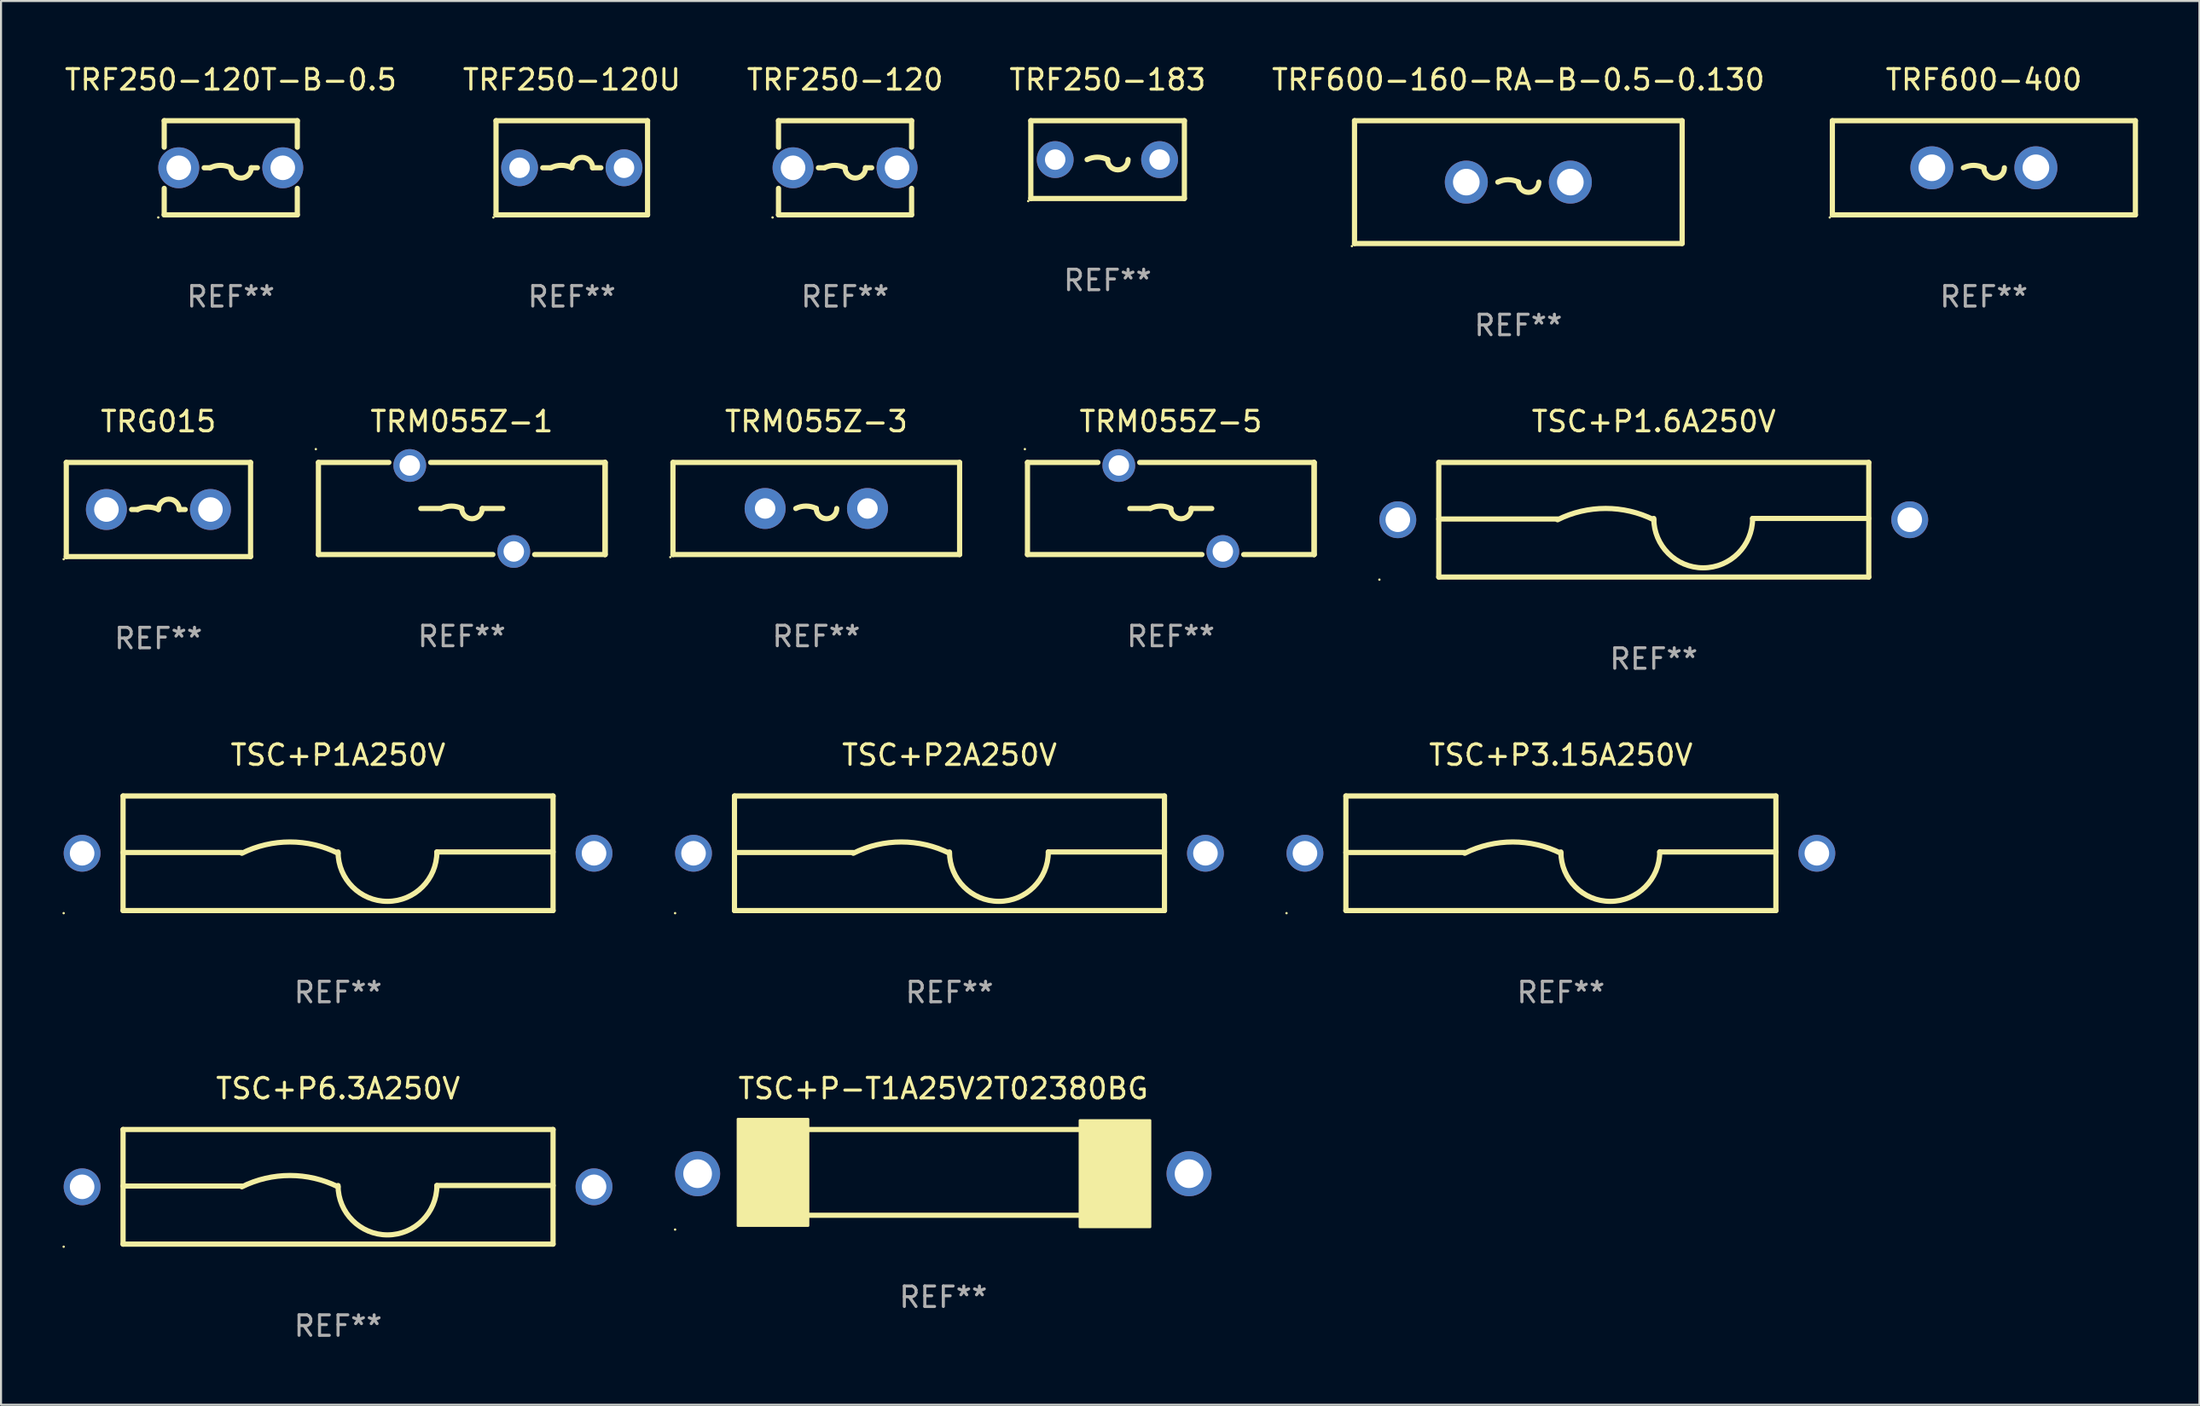
<source format=kicad_pcb>
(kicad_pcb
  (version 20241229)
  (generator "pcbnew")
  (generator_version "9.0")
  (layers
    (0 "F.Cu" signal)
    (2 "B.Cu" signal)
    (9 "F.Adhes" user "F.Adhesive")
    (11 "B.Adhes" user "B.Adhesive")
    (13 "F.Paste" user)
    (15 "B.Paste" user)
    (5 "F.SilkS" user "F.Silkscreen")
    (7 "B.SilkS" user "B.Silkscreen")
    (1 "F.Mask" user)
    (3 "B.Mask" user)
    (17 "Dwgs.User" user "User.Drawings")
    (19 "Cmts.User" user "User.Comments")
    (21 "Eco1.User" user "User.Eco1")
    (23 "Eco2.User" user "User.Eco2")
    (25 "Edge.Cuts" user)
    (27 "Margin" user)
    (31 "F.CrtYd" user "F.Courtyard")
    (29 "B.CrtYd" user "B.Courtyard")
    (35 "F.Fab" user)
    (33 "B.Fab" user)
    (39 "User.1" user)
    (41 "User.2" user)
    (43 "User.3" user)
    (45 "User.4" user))
  (footprint "TRF250-120U"
    (layer "F.Cu")
    (at 24.875 5.148)
    (property "Reference" "TRF250-120U" (at 0 -4.3 0) (layer "F.SilkS") (effects (font (size 1 1) (thickness 0.15))))
    (attr through_hole)
    (fp_line (start -3.7 -2.3) (end 3.7 -2.3) (stroke (width 0.254) (type solid)) (layer "F.SilkS"))
    (fp_line (start -3.7 2.3) (end -3.7 -2.3) (stroke (width 0.254) (type solid)) (layer "F.SilkS"))
    (fp_line (start -1.419 0) (end -1.016 0) (stroke (width 0.254) (type solid)) (layer "F.SilkS"))
    (fp_line (start 1.419 0) (end 1.016 0) (stroke (width 0.254) (type solid)) (layer "F.SilkS"))
    (fp_line (start 3.7 -2.3) (end 3.7 2.3) (stroke (width 0.254) (type solid)) (layer "F.SilkS"))
    (fp_line (start 3.7 2.3) (end -3.7 2.3) (stroke (width 0.254) (type solid)) (layer "F.SilkS"))
    (fp_arc (start -1.016002 0) (mid -0.508001 -0.119923) (end 0 0) (stroke (width 0.254001) (type solid)) (layer "F.SilkS"))
    (fp_arc (start 0 0) (mid 0.508001 -0.508001) (end 1.016002 0) (stroke (width 0.254001) (type solid)) (layer "F.SilkS"))
    (fp_circle (center -3.827 2.427) (end -3.797 2.427) (stroke (width 0.06) (type solid)) (fill no) (layer "F.SilkS"))
    (fp_text user "REF**" (at 0 6.3 0) (layer "F.Fab") (effects (font (size 1 1) (thickness 0.15))))
    (pad "1" thru_hole circle (at -2.55 0) (size 1.8 1.8) (drill 1) (layers "*.Cu" "*.Mask"))
    (pad "2" thru_hole circle (at 2.55 0) (size 1.8 1.8) (drill 1) (layers "*.Cu" "*.Mask")))
  (footprint "TSC+P1A250V"
    (layer "F.Cu")
    (at 13.46 38.641)
    (property "Reference" "TSC+P1A250V" (at 0 -4.8 0) (layer "F.SilkS") (effects (font (size 1 1) (thickness 0.15))))
    (attr through_hole)
    (fp_line (start -10.5 -2.8) (end 10.5 -2.8) (stroke (width 0.254) (type solid)) (layer "F.SilkS"))
    (fp_line (start -10.5 -0.037) (end -4.699 -0.037) (stroke (width 0.254) (type solid)) (layer "F.SilkS"))
    (fp_line (start -10.5 2.8) (end -10.5 -2.8) (stroke (width 0.254) (type solid)) (layer "F.SilkS"))
    (fp_line (start -10.5 2.8) (end 10.5 2.8) (stroke (width 0.254) (type solid)) (layer "F.SilkS"))
    (fp_line (start 4.826 -0.064) (end 10.5 -0.064) (stroke (width 0.254) (type solid)) (layer "F.SilkS"))
    (fp_line (start 10.5 2.8) (end 10.5 -2.8) (stroke (width 0.254) (type solid)) (layer "F.SilkS"))
    (fp_arc (start -4.699009 0) (mid -2.349505 -0.552287) (end 0 0) (stroke (width 0.254001) (type solid)) (layer "F.SilkS"))
    (fp_arc (start 4.82601 -0.063551) (mid 2.413005 2.349454) (end 0 -0.063551) (stroke (width 0.254001) (type solid)) (layer "F.SilkS"))
    (fp_circle (center -13.4 2.927) (end -13.37 2.927) (stroke (width 0.06) (type solid)) (fill no) (layer "F.SilkS"))
    (fp_text user "REF**" (at 0 6.8 0) (layer "F.Fab") (effects (font (size 1 1) (thickness 0.15))))
    (pad "1" thru_hole circle (at -12.5 0) (size 1.8 1.8) (drill 1.2) (layers "*.Cu" "*.Mask"))
    (pad "2" thru_hole circle (at 12.5 0) (size 1.8 1.8) (drill 1.2) (layers "*.Cu" "*.Mask")))
  (footprint "TSC+P6.3A250V"
    (layer "F.Cu")
    (at 13.46 54.938)
    (property "Reference" "TSC+P6.3A250V" (at 0 -4.8 0) (layer "F.SilkS") (effects (font (size 1 1) (thickness 0.15))))
    (attr through_hole)
    (fp_line (start -10.5 -2.8) (end 10.5 -2.8) (stroke (width 0.254) (type solid)) (layer "F.SilkS"))
    (fp_line (start -10.5 -0.037) (end -4.699 -0.037) (stroke (width 0.254) (type solid)) (layer "F.SilkS"))
    (fp_line (start -10.5 2.8) (end -10.5 -2.8) (stroke (width 0.254) (type solid)) (layer "F.SilkS"))
    (fp_line (start -10.5 2.8) (end 10.5 2.8) (stroke (width 0.254) (type solid)) (layer "F.SilkS"))
    (fp_line (start 4.826 -0.064) (end 10.5 -0.064) (stroke (width 0.254) (type solid)) (layer "F.SilkS"))
    (fp_line (start 10.5 2.8) (end 10.5 -2.8) (stroke (width 0.254) (type solid)) (layer "F.SilkS"))
    (fp_arc (start -4.699009 0) (mid -2.349505 -0.552287) (end 0 0) (stroke (width 0.254001) (type solid)) (layer "F.SilkS"))
    (fp_arc (start 4.82601 -0.063551) (mid 2.413005 2.349454) (end 0 -0.063551) (stroke (width 0.254001) (type solid)) (layer "F.SilkS"))
    (fp_circle (center -13.4 2.927) (end -13.37 2.927) (stroke (width 0.06) (type solid)) (fill no) (layer "F.SilkS"))
    (fp_text user "REF**" (at 0 6.8 0) (layer "F.Fab") (effects (font (size 1 1) (thickness 0.15))))
    (pad "1" thru_hole circle (at -12.5 0) (size 1.8 1.8) (drill 1.2) (layers "*.Cu" "*.Mask"))
    (pad "2" thru_hole circle (at 12.5 0) (size 1.8 1.8) (drill 1.2) (layers "*.Cu" "*.Mask")))
  (footprint "TRF250-120"
    (layer "F.Cu")
    (at 38.22 5.148)
    (property "Reference" "TRF250-120" (at 0 -4.3 0) (layer "F.SilkS") (effects (font (size 1 1) (thickness 0.15))))
    (attr through_hole)
    (fp_line (start -3.25 -2.3) (end -3.25 -1.005) (stroke (width 0.254) (type solid)) (layer "F.SilkS"))
    (fp_line (start -3.25 -2.3) (end 3.25 -2.3) (stroke (width 0.254) (type solid)) (layer "F.SilkS"))
    (fp_line (start -3.25 1.005) (end -3.25 2.3) (stroke (width 0.254) (type solid)) (layer "F.SilkS"))
    (fp_line (start -1 0) (end -1.3 0) (stroke (width 0.254) (type solid)) (layer "F.SilkS"))
    (fp_line (start 1 0) (end 1.3 0) (stroke (width 0.254) (type solid)) (layer "F.SilkS"))
    (fp_line (start 3.25 -2.3) (end 3.25 -1.005) (stroke (width 0.254) (type solid)) (layer "F.SilkS"))
    (fp_line (start 3.25 1.005) (end 3.25 2.3) (stroke (width 0.254) (type solid)) (layer "F.SilkS"))
    (fp_line (start 3.25 2.3) (end -3.25 2.3) (stroke (width 0.254) (type solid)) (layer "F.SilkS"))
    (fp_arc (start -1.000762 0) (mid -0.500381 -0.118151) (end 0 0) (stroke (width 0.254001) (type solid)) (layer "F.SilkS"))
    (fp_arc (start 1.000762 0) (mid 0.500381 0.500127) (end 0 0) (stroke (width 0.254001) (type solid)) (layer "F.SilkS"))
    (fp_circle (center -3.54 2.427) (end -3.51 2.427) (stroke (width 0.06) (type solid)) (fill no) (layer "F.SilkS"))
    (fp_text user "REF**" (at 0 6.3 0) (layer "F.Fab") (effects (font (size 1 1) (thickness 0.15))))
    (pad "1" thru_hole circle (at -2.54 0) (size 2 2) (drill 1.2) (layers "*.Cu" "*.Mask"))
    (pad "2" thru_hole circle (at 2.54 0) (size 2 2) (drill 1.2) (layers "*.Cu" "*.Mask")))
  (footprint "TRF250-120T-B-0.5"
    (layer "F.Cu")
    (at 8.22 5.148)
    (property "Reference" "TRF250-120T-B-0.5" (at 0 -4.3 0) (layer "F.SilkS") (effects (font (size 1 1) (thickness 0.15))))
    (attr through_hole)
    (fp_line (start -3.25 -2.3) (end -3.25 -1.005) (stroke (width 0.254) (type solid)) (layer "F.SilkS"))
    (fp_line (start -3.25 -2.3) (end 3.25 -2.3) (stroke (width 0.254) (type solid)) (layer "F.SilkS"))
    (fp_line (start -3.25 1.005) (end -3.25 2.3) (stroke (width 0.254) (type solid)) (layer "F.SilkS"))
    (fp_line (start -1 0) (end -1.3 0) (stroke (width 0.254) (type solid)) (layer "F.SilkS"))
    (fp_line (start 1 0) (end 1.3 0) (stroke (width 0.254) (type solid)) (layer "F.SilkS"))
    (fp_line (start 3.25 -2.3) (end 3.25 -1.005) (stroke (width 0.254) (type solid)) (layer "F.SilkS"))
    (fp_line (start 3.25 1.005) (end 3.25 2.3) (stroke (width 0.254) (type solid)) (layer "F.SilkS"))
    (fp_line (start 3.25 2.3) (end -3.25 2.3) (stroke (width 0.254) (type solid)) (layer "F.SilkS"))
    (fp_arc (start -1.000762 0) (mid -0.500381 -0.118151) (end 0 0) (stroke (width 0.254001) (type solid)) (layer "F.SilkS"))
    (fp_arc (start 1.000762 0) (mid 0.500381 0.500127) (end 0 0) (stroke (width 0.254001) (type solid)) (layer "F.SilkS"))
    (fp_circle (center -3.54 2.427) (end -3.51 2.427) (stroke (width 0.06) (type solid)) (fill no) (layer "F.SilkS"))
    (fp_text user "REF**" (at 0 6.3 0) (layer "F.Fab") (effects (font (size 1 1) (thickness 0.15))))
    (pad "1" thru_hole circle (at -2.54 0) (size 2 2) (drill 1.2) (layers "*.Cu" "*.Mask"))
    (pad "2" thru_hole circle (at 2.54 0) (size 2 2) (drill 1.2) (layers "*.Cu" "*.Mask")))
  (footprint "TRF250-183"
    (layer "F.Cu")
    (at 51.042 4.748)
    (property "Reference" "TRF250-183" (at 0 -3.9 0) (layer "F.SilkS") (effects (font (size 1 1) (thickness 0.15))))
    (attr through_hole)
    (fp_line (start -3.75 -1.9) (end -3.75 1.9) (stroke (width 0.254) (type solid)) (layer "F.SilkS"))
    (fp_line (start -3.75 -1.9) (end 3.75 -1.9) (stroke (width 0.254) (type solid)) (layer "F.SilkS"))
    (fp_line (start 3.75 -1.9) (end 3.75 1.9) (stroke (width 0.254) (type solid)) (layer "F.SilkS"))
    (fp_line (start 3.75 1.9) (end -3.75 1.9) (stroke (width 0.254) (type solid)) (layer "F.SilkS"))
    (fp_arc (start -1 0) (mid -0.5 -0.118021) (end 0 0) (stroke (width 0.254001) (type solid)) (layer "F.SilkS"))
    (fp_arc (start 1.000762 0) (mid 0.500381 0.500127) (end 0 0) (stroke (width 0.254001) (type solid)) (layer "F.SilkS"))
    (fp_circle (center -3.877 2.027) (end -3.847 2.027) (stroke (width 0.06) (type solid)) (fill no) (layer "F.SilkS"))
    (fp_text user "REF**" (at 0 5.9 0) (layer "F.Fab") (effects (font (size 1 1) (thickness 0.15))))
    (pad "1" thru_hole circle (at -2.56 0) (size 1.8 1.8) (drill 1) (layers "*.Cu" "*.Mask"))
    (pad "2" thru_hole circle (at 2.54 0) (size 1.8 1.8) (drill 1) (layers "*.Cu" "*.Mask")))
  (footprint "TRF600-160-RA-B-0.5-0.130"
    (layer "F.Cu")
    (at 71.101 5.848)
    (property "Reference" "TRF600-160-RA-B-0.5-0.130" (at 0 -5 0) (layer "F.SilkS") (effects (font (size 1 1) (thickness 0.15))))
    (attr through_hole)
    (fp_line (start -8 -3) (end -8 3) (stroke (width 0.254) (type solid)) (layer "F.SilkS"))
    (fp_line (start -8 -3) (end 8 -3) (stroke (width 0.254) (type solid)) (layer "F.SilkS"))
    (fp_line (start -8 3) (end 8 3) (stroke (width 0.254) (type solid)) (layer "F.SilkS"))
    (fp_line (start 8 -3) (end 8 3) (stroke (width 0.254) (type solid)) (layer "F.SilkS"))
    (fp_arc (start -1 0) (mid -0.5 -0.118021) (end 0 0) (stroke (width 0.254001) (type solid)) (layer "F.SilkS"))
    (fp_arc (start 1.000762 0) (mid 0.500381 0.500127) (end 0 0) (stroke (width 0.254001) (type solid)) (layer "F.SilkS"))
    (fp_circle (center -8.127 3.127) (end -8.097 3.127) (stroke (width 0.06) (type solid)) (fill no) (layer "F.SilkS"))
    (fp_text user "REF**" (at 0 7 0) (layer "F.Fab") (effects (font (size 1 1) (thickness 0.15))))
    (pad "1" thru_hole circle (at -2.54 0) (size 2.1 2.1) (drill 1.3) (layers "*.Cu" "*.Mask"))
    (pad "2" thru_hole circle (at 2.54 0) (size 2.1 2.1) (drill 1.3) (layers "*.Cu" "*.Mask")))
  (footprint "TSC+P1.6A250V"
    (layer "F.Cu")
    (at 77.716 22.345)
    (property "Reference" "TSC+P1.6A250V" (at 0 -4.8 0) (layer "F.SilkS") (effects (font (size 1 1) (thickness 0.15))))
    (attr through_hole)
    (fp_line (start -10.5 -2.8) (end 10.5 -2.8) (stroke (width 0.254) (type solid)) (layer "F.SilkS"))
    (fp_line (start -10.5 -0.037) (end -4.699 -0.037) (stroke (width 0.254) (type solid)) (layer "F.SilkS"))
    (fp_line (start -10.5 2.8) (end -10.5 -2.8) (stroke (width 0.254) (type solid)) (layer "F.SilkS"))
    (fp_line (start -10.5 2.8) (end 10.5 2.8) (stroke (width 0.254) (type solid)) (layer "F.SilkS"))
    (fp_line (start 4.826 -0.064) (end 10.5 -0.064) (stroke (width 0.254) (type solid)) (layer "F.SilkS"))
    (fp_line (start 10.5 2.8) (end 10.5 -2.8) (stroke (width 0.254) (type solid)) (layer "F.SilkS"))
    (fp_arc (start -4.699009 0) (mid -2.349505 -0.552287) (end 0 0) (stroke (width 0.254001) (type solid)) (layer "F.SilkS"))
    (fp_arc (start 4.82601 -0.063551) (mid 2.413005 2.349454) (end 0 -0.063551) (stroke (width 0.254001) (type solid)) (layer "F.SilkS"))
    (fp_circle (center -13.4 2.927) (end -13.37 2.927) (stroke (width 0.06) (type solid)) (fill no) (layer "F.SilkS"))
    (fp_text user "REF**" (at 0 6.8 0) (layer "F.Fab") (effects (font (size 1 1) (thickness 0.15))))
    (pad "1" thru_hole circle (at -12.5 0) (size 1.8 1.8) (drill 1.2) (layers "*.Cu" "*.Mask"))
    (pad "2" thru_hole circle (at 12.5 0) (size 1.8 1.8) (drill 1.2) (layers "*.Cu" "*.Mask")))
  (footprint "TRM055Z-5"
    (layer "F.Cu")
    (at 54.129 21.795)
    (property "Reference" "TRM055Z-5" (at 0 -4.25 0) (layer "F.SilkS") (effects (font (size 1 1) (thickness 0.15))))
    (attr through_hole)
    (fp_line (start -7 -2.25) (end -3.559 -2.25) (stroke (width 0.254) (type solid)) (layer "F.SilkS"))
    (fp_line (start -7 2.25) (end -7 -2.25) (stroke (width 0.254) (type solid)) (layer "F.SilkS"))
    (fp_line (start -1.519 -2.25) (end 7 -2.25) (stroke (width 0.254) (type solid)) (layer "F.SilkS"))
    (fp_line (start -1 0) (end -2 0) (stroke (width 0.254) (type solid)) (layer "F.SilkS"))
    (fp_line (start 1 0) (end 2 0) (stroke (width 0.254) (type solid)) (layer "F.SilkS"))
    (fp_line (start 1.521 2.25) (end -7 2.25) (stroke (width 0.254) (type solid)) (layer "F.SilkS"))
    (fp_line (start 7 -2.25) (end 7 2.25) (stroke (width 0.254) (type solid)) (layer "F.SilkS"))
    (fp_line (start 7 -2.25) (end 7 2.25) (stroke (width 0.254) (type solid)) (layer "F.SilkS"))
    (fp_line (start 7 2.25) (end 3.561 2.25) (stroke (width 0.254) (type solid)) (layer "F.SilkS"))
    (fp_arc (start -1 0) (mid -0.5 -0.118021) (end 0 0) (stroke (width 0.254001) (type solid)) (layer "F.SilkS"))
    (fp_arc (start 1.000762 0) (mid 0.500381 0.500127) (end 0 0) (stroke (width 0.254001) (type solid)) (layer "F.SilkS"))
    (fp_circle (center -7.127 -2.9) (end -7.097 -2.9) (stroke (width 0.06) (type solid)) (fill no) (layer "F.SilkS"))
    (fp_text user "REF**" (at 0 6.25 0) (layer "F.Fab") (effects (font (size 1 1) (thickness 0.15))))
    (pad "1" thru_hole circle (at -2.539 -2.1) (size 1.6 1.6) (drill 1) (layers "*.Cu" "*.Mask"))
    (pad "2" thru_hole circle (at 2.541 2.1) (size 1.6 1.6) (drill 1) (layers "*.Cu" "*.Mask")))
  (footprint "TSC+P2A250V"
    (layer "F.Cu")
    (at 43.32 38.641)
    (property "Reference" "TSC+P2A250V" (at 0 -4.8 0) (layer "F.SilkS") (effects (font (size 1 1) (thickness 0.15))))
    (attr through_hole)
    (fp_line (start -10.5 -2.8) (end 10.5 -2.8) (stroke (width 0.254) (type solid)) (layer "F.SilkS"))
    (fp_line (start -10.5 -0.037) (end -4.699 -0.037) (stroke (width 0.254) (type solid)) (layer "F.SilkS"))
    (fp_line (start -10.5 2.8) (end -10.5 -2.8) (stroke (width 0.254) (type solid)) (layer "F.SilkS"))
    (fp_line (start -10.5 2.8) (end 10.5 2.8) (stroke (width 0.254) (type solid)) (layer "F.SilkS"))
    (fp_line (start 4.826 -0.064) (end 10.5 -0.064) (stroke (width 0.254) (type solid)) (layer "F.SilkS"))
    (fp_line (start 10.5 2.8) (end 10.5 -2.8) (stroke (width 0.254) (type solid)) (layer "F.SilkS"))
    (fp_arc (start -4.699009 0) (mid -2.349505 -0.552287) (end 0 0) (stroke (width 0.254001) (type solid)) (layer "F.SilkS"))
    (fp_arc (start 4.82601 -0.063551) (mid 2.413005 2.349454) (end 0 -0.063551) (stroke (width 0.254001) (type solid)) (layer "F.SilkS"))
    (fp_circle (center -13.4 2.927) (end -13.37 2.927) (stroke (width 0.06) (type solid)) (fill no) (layer "F.SilkS"))
    (fp_text user "REF**" (at 0 6.8 0) (layer "F.Fab") (effects (font (size 1 1) (thickness 0.15))))
    (pad "1" thru_hole circle (at -12.5 0) (size 1.8 1.8) (drill 1.2) (layers "*.Cu" "*.Mask"))
    (pad "2" thru_hole circle (at 12.5 0) (size 1.8 1.8) (drill 1.2) (layers "*.Cu" "*.Mask")))
  (footprint "TSC+P3.15A250V"
    (layer "F.Cu")
    (at 73.18 38.641)
    (property "Reference" "TSC+P3.15A250V" (at 0 -4.8 0) (layer "F.SilkS") (effects (font (size 1 1) (thickness 0.15))))
    (attr through_hole)
    (fp_line (start -10.5 -2.8) (end 10.5 -2.8) (stroke (width 0.254) (type solid)) (layer "F.SilkS"))
    (fp_line (start -10.5 -0.037) (end -4.699 -0.037) (stroke (width 0.254) (type solid)) (layer "F.SilkS"))
    (fp_line (start -10.5 2.8) (end -10.5 -2.8) (stroke (width 0.254) (type solid)) (layer "F.SilkS"))
    (fp_line (start -10.5 2.8) (end 10.5 2.8) (stroke (width 0.254) (type solid)) (layer "F.SilkS"))
    (fp_line (start 4.826 -0.064) (end 10.5 -0.064) (stroke (width 0.254) (type solid)) (layer "F.SilkS"))
    (fp_line (start 10.5 2.8) (end 10.5 -2.8) (stroke (width 0.254) (type solid)) (layer "F.SilkS"))
    (fp_arc (start -4.699009 0) (mid -2.349505 -0.552287) (end 0 0) (stroke (width 0.254001) (type solid)) (layer "F.SilkS"))
    (fp_arc (start 4.82601 -0.063551) (mid 2.413005 2.349454) (end 0 -0.063551) (stroke (width 0.254001) (type solid)) (layer "F.SilkS"))
    (fp_circle (center -13.4 2.927) (end -13.37 2.927) (stroke (width 0.06) (type solid)) (fill no) (layer "F.SilkS"))
    (fp_text user "REF**" (at 0 6.8 0) (layer "F.Fab") (effects (font (size 1 1) (thickness 0.15))))
    (pad "1" thru_hole circle (at -12.5 0) (size 1.8 1.8) (drill 1.2) (layers "*.Cu" "*.Mask"))
    (pad "2" thru_hole circle (at 12.5 0) (size 1.8 1.8) (drill 1.2) (layers "*.Cu" "*.Mask")))
  (footprint "TRM055Z-3"
    (layer "F.Cu")
    (at 36.815 21.795)
    (property "Reference" "TRM055Z-3" (at 0 -4.25 0) (layer "F.SilkS") (effects (font (size 1 1) (thickness 0.15))))
    (attr through_hole)
    (fp_line (start -7 -2.25) (end 7 -2.25) (stroke (width 0.254) (type solid)) (layer "F.SilkS"))
    (fp_line (start -7 2.25) (end -7 -2.25) (stroke (width 0.254) (type solid)) (layer "F.SilkS"))
    (fp_line (start 7 -2.25) (end 7 2.25) (stroke (width 0.254) (type solid)) (layer "F.SilkS"))
    (fp_line (start 7 2.25) (end -7 2.25) (stroke (width 0.254) (type solid)) (layer "F.SilkS"))
    (fp_arc (start -1 0) (mid -0.5 -0.118021) (end 0 0) (stroke (width 0.254001) (type solid)) (layer "F.SilkS"))
    (fp_arc (start 1.000762 0) (mid 0.500381 0.500127) (end 0 0) (stroke (width 0.254001) (type solid)) (layer "F.SilkS"))
    (fp_circle (center -7.127 2.377) (end -7.097 2.377) (stroke (width 0.06) (type solid)) (fill no) (layer "F.SilkS"))
    (fp_text user "REF**" (at 0 6.25 0) (layer "F.Fab") (effects (font (size 1 1) (thickness 0.15))))
    (pad "1" thru_hole circle (at -2.499 0) (size 2 2) (drill 1) (layers "*.Cu" "*.Mask"))
    (pad "2" thru_hole circle (at 2.501 0) (size 2 2) (drill 1) (layers "*.Cu" "*.Mask")))
  (footprint "TRG015"
    (layer "F.Cu")
    (at 4.687 21.845)
    (property "Reference" "TRG015" (at 0 -4.3 0) (layer "F.SilkS") (effects (font (size 1 1) (thickness 0.15))))
    (attr through_hole)
    (fp_line (start -4.5 -2.3) (end 4.5 -2.3) (stroke (width 0.254) (type solid)) (layer "F.SilkS"))
    (fp_line (start -4.5 2.3) (end -4.5 -2.3) (stroke (width 0.254) (type solid)) (layer "F.SilkS"))
    (fp_line (start -1.309 0) (end -1.016 0) (stroke (width 0.254) (type solid)) (layer "F.SilkS"))
    (fp_line (start 1.309 0) (end 1.016 0) (stroke (width 0.254) (type solid)) (layer "F.SilkS"))
    (fp_line (start 4.5 -2.3) (end 4.5 2.3) (stroke (width 0.254) (type solid)) (layer "F.SilkS"))
    (fp_line (start 4.5 2.3) (end -4.5 2.3) (stroke (width 0.254) (type solid)) (layer "F.SilkS"))
    (fp_arc (start -1.016002 0) (mid -0.508001 -0.119923) (end 0 0) (stroke (width 0.254001) (type solid)) (layer "F.SilkS"))
    (fp_arc (start 0 0) (mid 0.508001 -0.508001) (end 1.016002 0) (stroke (width 0.254001) (type solid)) (layer "F.SilkS"))
    (fp_circle (center -4.627 2.427) (end -4.597 2.427) (stroke (width 0.06) (type solid)) (fill no) (layer "F.SilkS"))
    (fp_text user "REF**" (at 0 6.3 0) (layer "F.Fab") (effects (font (size 1 1) (thickness 0.15))))
    (pad "1" thru_hole circle (at -2.54 0) (size 2 2) (drill 1.2) (layers "*.Cu" "*.Mask"))
    (pad "2" thru_hole circle (at 2.54 0) (size 2 2) (drill 1.2) (layers "*.Cu" "*.Mask")))
  (footprint "TRM055Z-1"
    (layer "F.Cu")
    (at 19.501 21.795)
    (property "Reference" "TRM055Z-1" (at 0 -4.25 0) (layer "F.SilkS") (effects (font (size 1 1) (thickness 0.15))))
    (attr through_hole)
    (fp_line (start -7 -2.25) (end -3.559 -2.25) (stroke (width 0.254) (type solid)) (layer "F.SilkS"))
    (fp_line (start -7 2.25) (end -7 -2.25) (stroke (width 0.254) (type solid)) (layer "F.SilkS"))
    (fp_line (start -1.519 -2.25) (end 7 -2.25) (stroke (width 0.254) (type solid)) (layer "F.SilkS"))
    (fp_line (start -1 0) (end -2 0) (stroke (width 0.254) (type solid)) (layer "F.SilkS"))
    (fp_line (start 1 0) (end 2 0) (stroke (width 0.254) (type solid)) (layer "F.SilkS"))
    (fp_line (start 1.521 2.25) (end -7 2.25) (stroke (width 0.254) (type solid)) (layer "F.SilkS"))
    (fp_line (start 7 -2.25) (end 7 2.25) (stroke (width 0.254) (type solid)) (layer "F.SilkS"))
    (fp_line (start 7 -2.25) (end 7 2.25) (stroke (width 0.254) (type solid)) (layer "F.SilkS"))
    (fp_line (start 7 2.25) (end 3.561 2.25) (stroke (width 0.254) (type solid)) (layer "F.SilkS"))
    (fp_arc (start -1 0) (mid -0.5 -0.118021) (end 0 0) (stroke (width 0.254001) (type solid)) (layer "F.SilkS"))
    (fp_arc (start 1.000762 0) (mid 0.500381 0.500127) (end 0 0) (stroke (width 0.254001) (type solid)) (layer "F.SilkS"))
    (fp_circle (center -7.127 -2.9) (end -7.097 -2.9) (stroke (width 0.06) (type solid)) (fill no) (layer "F.SilkS"))
    (fp_text user "REF**" (at 0 6.25 0) (layer "F.Fab") (effects (font (size 1 1) (thickness 0.15))))
    (pad "1" thru_hole circle (at -2.539 -2.1) (size 1.6 1.6) (drill 1) (layers "*.Cu" "*.Mask"))
    (pad "2" thru_hole circle (at 2.541 2.1) (size 1.6 1.6) (drill 1) (layers "*.Cu" "*.Mask")))
  (footprint "TRF600-400"
    (layer "F.Cu")
    (at 93.837 5.148)
    (property "Reference" "TRF600-400" (at 0 -4.3 0) (layer "F.SilkS") (effects (font (size 1 1) (thickness 0.15))))
    (attr through_hole)
    (fp_line (start -7.4 -2.3) (end -7.4 2.3) (stroke (width 0.254) (type solid)) (layer "F.SilkS"))
    (fp_line (start -7.4 -2.3) (end 7.4 -2.3) (stroke (width 0.254) (type solid)) (layer "F.SilkS"))
    (fp_line (start -7.4 2.3) (end 7.4 2.3) (stroke (width 0.254) (type solid)) (layer "F.SilkS"))
    (fp_line (start 7.4 -2.3) (end 7.4 2.3) (stroke (width 0.254) (type solid)) (layer "F.SilkS"))
    (fp_arc (start -1 0) (mid -0.5 -0.118021) (end 0 0) (stroke (width 0.254001) (type solid)) (layer "F.SilkS"))
    (fp_arc (start 1.000762 0) (mid 0.500381 0.500127) (end 0 0) (stroke (width 0.254001) (type solid)) (layer "F.SilkS"))
    (fp_circle (center -7.527 2.427) (end -7.497 2.427) (stroke (width 0.06) (type solid)) (fill no) (layer "F.SilkS"))
    (fp_text user "REF**" (at 0 6.3 0) (layer "F.Fab") (effects (font (size 1 1) (thickness 0.15))))
    (pad "1" thru_hole circle (at -2.54 0) (size 2.1 2.1) (drill 1.3) (layers "*.Cu" "*.Mask"))
    (pad "2" thru_hole circle (at 2.54 0) (size 2.1 2.1) (drill 1.3) (layers "*.Cu" "*.Mask")))
  (footprint "TSC+P-T1A25V2T02380BG"
    (layer "F.Cu")
    (at 43.02 54.233)
    (property "Reference" "TSC+P-T1A25V2T02380BG" (at 0 -4.096 0) (layer "F.SilkS") (effects (font (size 1 1) (thickness 0.15))))
    (attr through_hole)
    (fp_line (start -6.604 -2.096) (end 6.604 -2.096) (stroke (width 0.254) (type solid)) (layer "F.SilkS"))
    (fp_line (start -6.604 2.096) (end 6.604 2.096) (stroke (width 0.254) (type solid)) (layer "F.SilkS"))
    (fp_circle (center -13.1 2.794) (end -13.07 2.794) (stroke (width 0.06) (type solid)) (fill no) (layer "F.SilkS"))
    (fp_poly (pts (xy -10.033 -2.604) (xy -6.604 -2.604) (xy -6.604 2.604) (xy -10.033 2.604)) (stroke (width 0.12) (type solid)) (fill yes) (layer "F.SilkS"))
    (fp_poly (pts (xy 6.668 -2.54) (xy 10.097 -2.54) (xy 10.097 2.667) (xy 6.668 2.667)) (stroke (width 0.12) (type solid)) (fill yes) (layer "F.SilkS"))
    (fp_text user "REF**" (at 0 6.096 0) (layer "F.Fab") (effects (font (size 1 1) (thickness 0.15))))
    (pad "1" thru_hole circle (at -12 0.064) (size 2.2 2.2) (drill 1.4) (layers "*.Cu" "*.Mask"))
    (pad "2" thru_hole circle (at 12 0.064) (size 2.2 2.2) (drill 1.4) (layers "*.Cu" "*.Mask")))
  (gr_rect
    (start -3 -3)
    (end 104.364 65.586)
    (stroke (width 0.1) (type default))
    (fill no)
    (layer "Edge.Cuts")))
</source>
